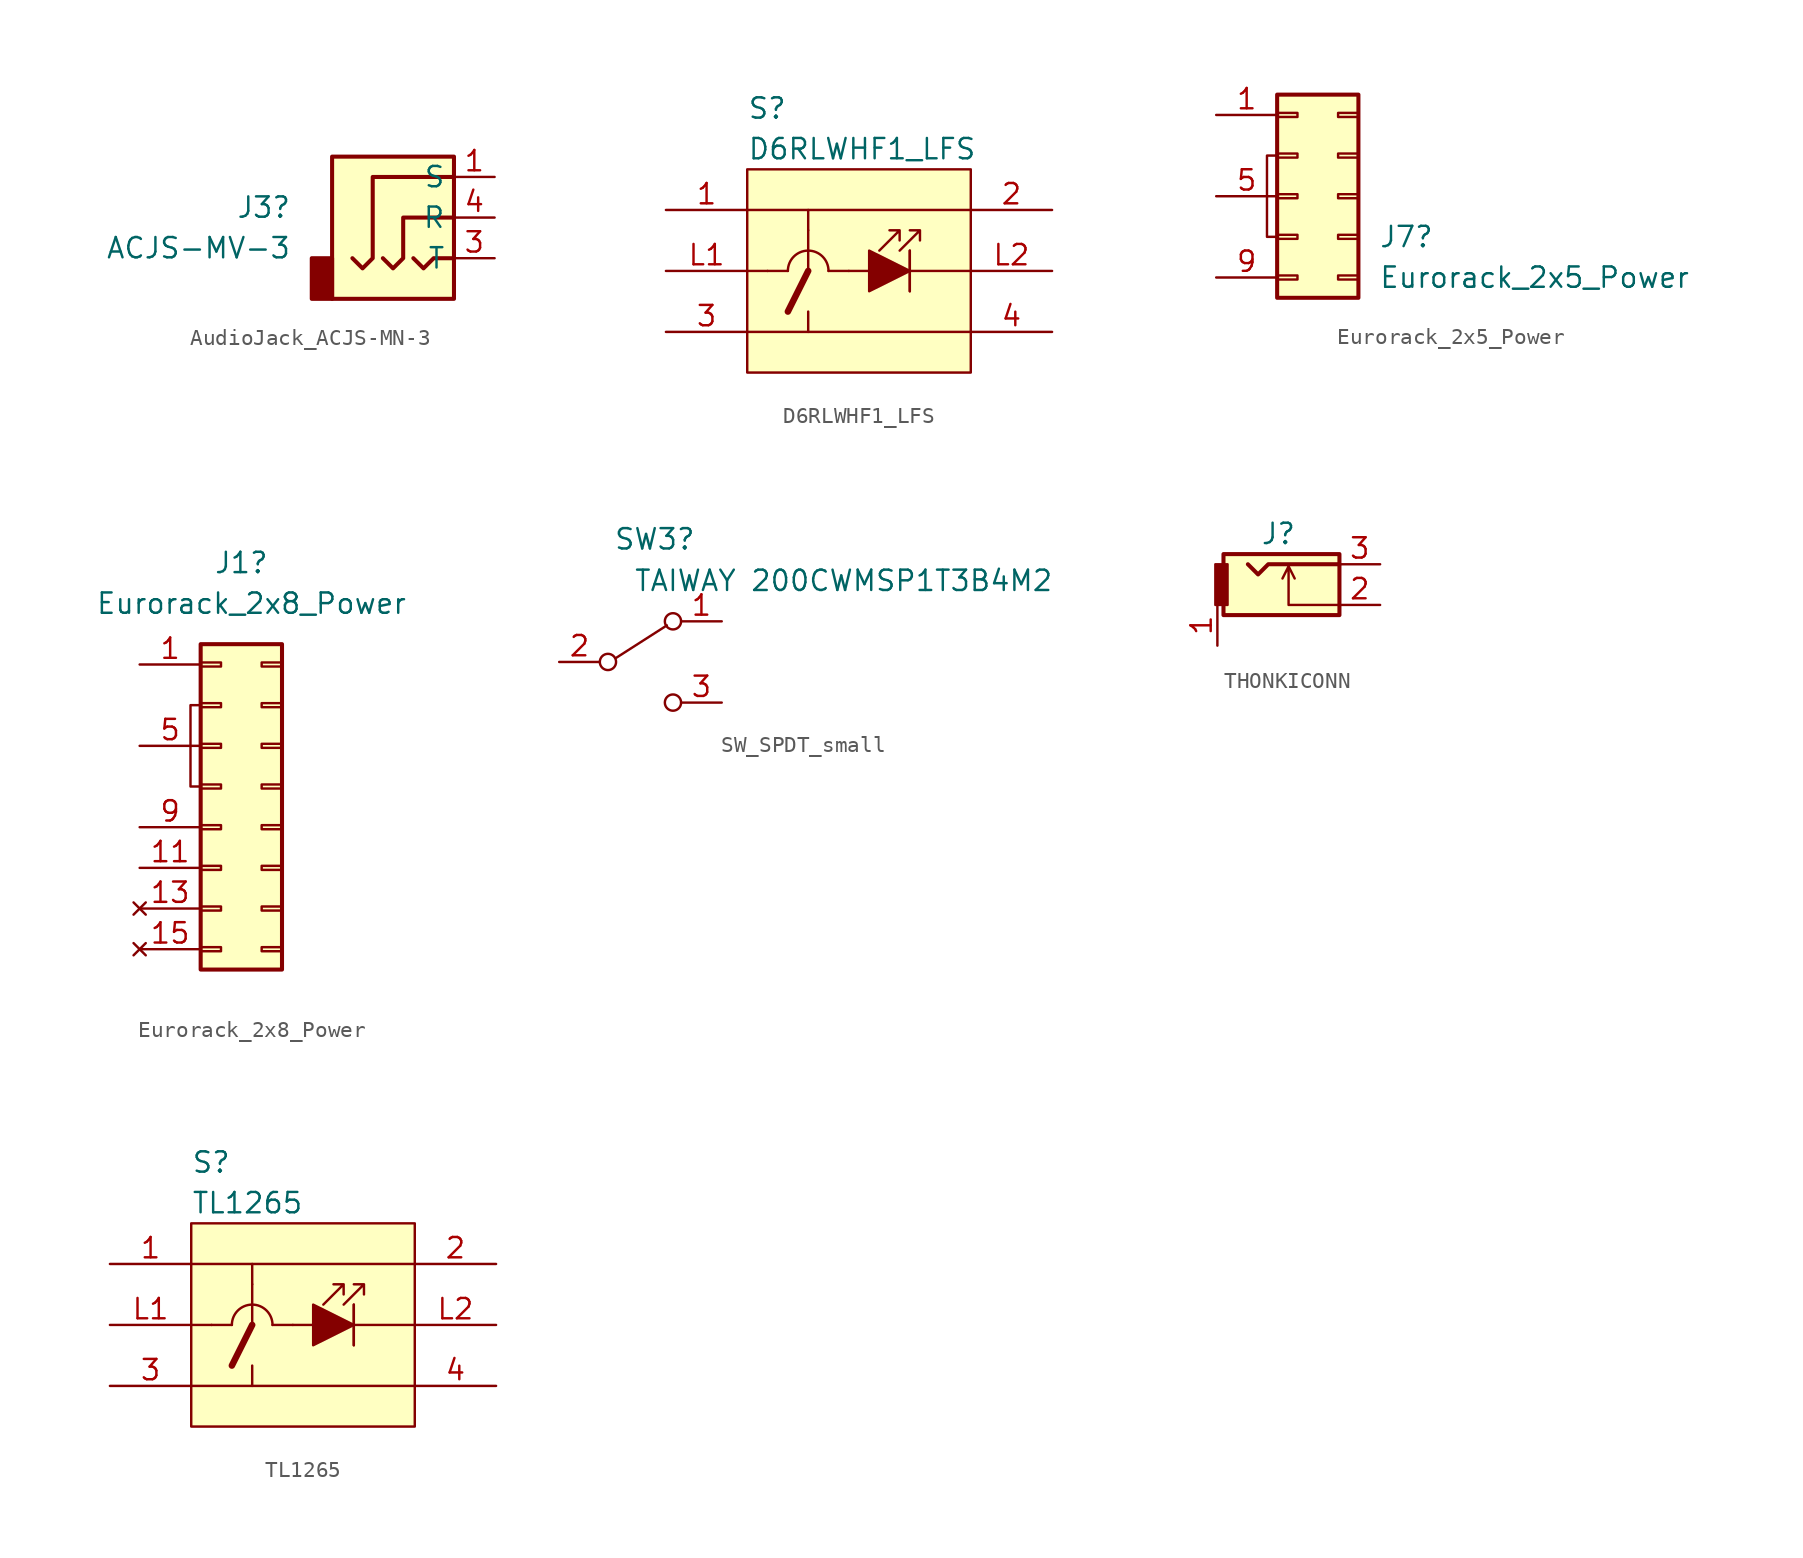
<source format=kicad_sym>
(kicad_symbol_lib
  (version 20220914)
  (generator kicad_symbol_editor)
  (symbol "AudioJack_ACJS-MN-3"
    (property "Reference" "J3"
      (at -7.62 0.635 0)
      (effects (font (size 1.27 1.27)) (justify right)))
    (property "Value" "ACJS-MV-3"
      (at -7.62 -1.905 0)
      (effects (font (size 1.27 1.27)) (justify right)))
    (symbol "AudioJack_ACJS-MN-3_0_1"
      (rectangle (start -5.08 -5.08) (end -6.35 -2.54) (stroke (width 0.254) (type default)) (fill (type outline)))
      (rectangle (start -5.08 3.81) (end 2.54 -5.08) (stroke (width 0.254) (type default)) (fill (type background)))
      (polyline (pts (xy 0 -2.54) (xy 0.635 -3.175) (xy 1.27 -2.54) (xy 2.54 -2.54)) (stroke (width 0.254) (type default)) (fill (type none)))
      (polyline (pts (xy -1.905 -2.54) (xy -1.27 -3.175) (xy -0.635 -2.54) (xy -0.635 0) (xy 2.54 0)) (stroke (width 0.254) (type default)) (fill (type none)))
      (polyline (pts (xy 2.54 2.54) (xy -2.54 2.54) (xy -2.54 -2.54) (xy -3.175 -3.175) (xy -3.81 -2.54)) (stroke (width 0.254) (type default)) (fill (type none))))
    (symbol "AudioJack_ACJS-MN-3_1_1"
      (pin passive line (at 5.08 2.54 180) (length 2.54) (name "S" (effects (font (size 1.27 1.27)))) (number "1" (effects (font (size 1.27 1.27)))))
      (pin no_connect line (at 3.81 8.255 0) (length 2.54) hide (name "" (effects (font (size 1.27 1.27)))) (number "2" (effects (font (size 1.27 1.27)))))
      (pin passive line (at 5.08 -2.54 180) (length 2.54) (name "T" (effects (font (size 1.27 1.27)))) (number "3" (effects (font (size 1.27 1.27)))))
      (pin passive line (at 5.08 0 180) (length 2.54) (name "R" (effects (font (size 1.27 1.27)))) (number "4" (effects (font (size 1.27 1.27)))))
      (pin no_connect line (at 3.81 5.715 0) (length 2.54) hide (name "" (effects (font (size 1.27 1.27)))) (number "5" (effects (font (size 1.27 1.27)))))))
  (symbol "D6RLWHF1_LFS"
    (pin_names
      (offset 0.762))
    (property "Reference" "S"
      (at 5.08 6.35 0)
      (effects (font (size 1.27 1.27)) (justify left)))
    (property "Value" "D6RLWHF1_LFS"
      (at 5.08 3.81 0)
      (effects (font (size 1.27 1.27)) (justify left)))
    (symbol "D6RLWHF1_LFS_0_0"
      (pin passive line (at 0 0 0) (length 5.08) (name "~" (effects (font (size 1.27 1.27)))) (number "1" (effects (font (size 1.27 1.27)))))
      (pin passive line (at 24.13 0 180) (length 5.08) (name "~" (effects (font (size 1.27 1.27)))) (number "2" (effects (font (size 1.27 1.27)))))
      (pin passive line (at 0 -7.62 0) (length 5.08) (name "~" (effects (font (size 1.27 1.27)))) (number "3" (effects (font (size 1.27 1.27)))))
      (pin passive line (at 24.13 -7.62 180) (length 5.08) (name "~" (effects (font (size 1.27 1.27)))) (number "4" (effects (font (size 1.27 1.27)))))
      (pin passive line (at 0 -3.81 0) (length 5.08) (name "~" (effects (font (size 1.27 1.27)))) (number "L1" (effects (font (size 1.27 1.27)))))
      (pin passive line (at 24.13 -3.81 180) (length 5.08) (name "~" (effects (font (size 1.27 1.27)))) (number "L2" (effects (font (size 1.27 1.27))))))
    (symbol "D6RLWHF1_LFS_0_1"
      (polyline (pts (xy 5.08 -7.62) (xy 19.05 -7.62)) (stroke (width 0) (type solid)) (fill (type none)))
      (polyline (pts (xy 5.08 -3.81) (xy 6.35 -3.81)) (stroke (width 0) (type solid)) (fill (type none)))
      (polyline (pts (xy 6.35 -3.81) (xy 7.62 -3.81)) (stroke (width 0) (type solid)) (fill (type none)))
      (polyline (pts (xy 8.89 -7.62) (xy 8.89 -6.35)) (stroke (width 0) (type solid)) (fill (type none)))
      (polyline (pts (xy 8.89 -3.81) (xy 7.62 -6.35)) (stroke (width 0.406) (type solid)) (fill (type none)))
      (polyline (pts (xy 8.89 -1.27) (xy 8.89 -3.81)) (stroke (width 0) (type solid)) (fill (type none)))
      (polyline (pts (xy 8.89 -1.27) (xy 8.89 0)) (stroke (width 0) (type solid)) (fill (type none)))
      (polyline (pts (xy 11.43 -3.81) (xy 10.16 -3.81)) (stroke (width 0) (type solid)) (fill (type none)))
      (polyline (pts (xy 12.7 -3.81) (xy 11.43 -3.81)) (stroke (width 0) (type solid)) (fill (type none)))
      (polyline (pts (xy 15.24 -3.81) (xy 19.05 -3.81)) (stroke (width 0) (type solid)) (fill (type none)))
      (polyline (pts (xy 15.24 -2.54) (xy 15.24 -5.08)) (stroke (width 0) (type solid)) (fill (type none)))
      (polyline (pts (xy 15.24 -2.54) (xy 15.24 -5.08)) (stroke (width 0) (type solid)) (fill (type none)))
      (polyline (pts (xy 19.05 0) (xy 5.08 0)) (stroke (width 0) (type solid)) (fill (type none)))
      (polyline (pts (xy 12.7 -2.54) (xy 12.7 -5.08) (xy 15.24 -3.81) (xy 12.7 -2.54)) (stroke (width 0) (type solid)) (fill (type outline)))
      (polyline (pts (xy 13.335 -2.54) (xy 14.605 -1.27) (xy 13.97 -1.27) (xy 14.605 -1.27) (xy 14.605 -1.905)) (stroke (width 0) (type solid)) (fill (type none)))
      (polyline (pts (xy 14.605 -2.54) (xy 15.875 -1.27) (xy 15.24 -1.27) (xy 15.875 -1.27) (xy 15.875 -1.905)) (stroke (width 0) (type solid)) (fill (type none)))
      (arc (start 10.16 -3.81) (mid 8.89 -2.5455) (end 7.62 -3.81) (stroke (width 0) (type solid)) (fill (type none)))
      (rectangle (start 19.05 2.54) (end 5.08 -10.16) (stroke (width 0) (type solid)) (fill (type background)))))
  (symbol "Eurorack_2x5_Power"
    (pin_names
      (offset 1.016) hide)
    (property "Reference" "J7"
      (at 5.08 0 0)
      (effects (font (size 1.27 1.27)) (justify left)))
    (property "Value" "Eurorack_2x5_Power"
      (at 5.08 -2.54 0)
      (effects (font (size 1.27 1.27)) (justify left)))
    (symbol "Eurorack_2x5_Power_0_1"
      (polyline (pts (xy -1.27 5.08) (xy -1.905 5.08) (xy -1.905 0) (xy -1.27 0)) (stroke (width 0) (type default)) (fill (type none))))
    (symbol "Eurorack_2x5_Power_1_1"
      (rectangle (start -1.27 -2.413) (end 0 -2.667) (stroke (width 0.152) (type default)) (fill (type none)))
      (rectangle (start -1.27 0.127) (end 0 -0.127) (stroke (width 0.152) (type default)) (fill (type none)))
      (rectangle (start -1.27 2.667) (end 0 2.413) (stroke (width 0.152) (type default)) (fill (type none)))
      (rectangle (start -1.27 5.207) (end 0 4.953) (stroke (width 0.152) (type default)) (fill (type none)))
      (rectangle (start -1.27 7.747) (end 0 7.493) (stroke (width 0.152) (type default)) (fill (type none)))
      (rectangle (start -1.27 8.89) (end 3.81 -3.81) (stroke (width 0.254) (type default)) (fill (type background)))
      (rectangle (start 3.81 -2.413) (end 2.54 -2.667) (stroke (width 0.152) (type default)) (fill (type none)))
      (rectangle (start 3.81 0.127) (end 2.54 -0.127) (stroke (width 0.152) (type default)) (fill (type none)))
      (rectangle (start 3.81 2.667) (end 2.54 2.413) (stroke (width 0.152) (type default)) (fill (type none)))
      (rectangle (start 3.81 5.207) (end 2.54 4.953) (stroke (width 0.152) (type default)) (fill (type none)))
      (rectangle (start 3.81 7.747) (end 2.54 7.493) (stroke (width 0.152) (type default)) (fill (type none)))
      (pin power_out line (at -5.08 7.62 0) (length 3.81) (name "-12v" (effects (font (size 1.27 1.27)))) (number "1" (effects (font (size 1.27 1.27)))))
      (pin passive line (at -5.08 -2.54 0) (length 3.81) hide (name "+12v" (effects (font (size 1.27 1.27)))) (number "10" (effects (font (size 1.27 1.27)))))
      (pin passive line (at -5.08 7.62 0) (length 3.81) hide (name "-12v" (effects (font (size 1.27 1.27)))) (number "2" (effects (font (size 1.27 1.27)))))
      (pin passive line (at -5.08 2.54 0) (length 3.81) hide (name "GND" (effects (font (size 1.27 1.27)))) (number "3" (effects (font (size 1.27 1.27)))))
      (pin passive line (at -5.08 2.54 0) (length 3.81) hide (name "GND" (effects (font (size 1.27 1.27)))) (number "4" (effects (font (size 1.27 1.27)))))
      (pin passive line (at -5.08 2.54 0) (length 3.81) (name "GND" (effects (font (size 1.27 1.27)))) (number "5" (effects (font (size 1.27 1.27)))))
      (pin passive line (at -5.08 2.54 0) (length 3.81) hide (name "GND" (effects (font (size 1.27 1.27)))) (number "6" (effects (font (size 1.27 1.27)))))
      (pin passive line (at -5.08 2.54 0) (length 3.81) hide (name "GND" (effects (font (size 1.27 1.27)))) (number "7" (effects (font (size 1.27 1.27)))))
      (pin passive line (at -5.08 2.54 0) (length 3.81) hide (name "GND" (effects (font (size 1.27 1.27)))) (number "8" (effects (font (size 1.27 1.27)))))
      (pin power_out line (at -5.08 -2.54 0) (length 3.81) (name "+12v" (effects (font (size 1.27 1.27)))) (number "9" (effects (font (size 1.27 1.27)))))))
  (symbol "Eurorack_2x8_Power"
    (pin_names
      (offset 1.016) hide)
    (property "Reference" "J1"
      (at 1.27 13.97 0)
      (effects (font (size 1.27 1.27))))
    (property "Value" "Eurorack_2x8_Power"
      (at 1.905 11.43 0)
      (effects (font (size 1.27 1.27))))
    (symbol "Eurorack_2x8_Power_0_1"
      (polyline (pts (xy -1.27 5.08) (xy -1.905 5.08) (xy -1.905 0) (xy -1.27 0)) (stroke (width 0) (type default)) (fill (type none))))
    (symbol "Eurorack_2x8_Power_1_1"
      (rectangle (start -1.27 -10.033) (end 0 -10.287) (stroke (width 0.152) (type default)) (fill (type none)))
      (rectangle (start -1.27 -7.493) (end 0 -7.747) (stroke (width 0.152) (type default)) (fill (type none)))
      (rectangle (start -1.27 -4.953) (end 0 -5.207) (stroke (width 0.152) (type default)) (fill (type none)))
      (rectangle (start -1.27 -2.413) (end 0 -2.667) (stroke (width 0.152) (type default)) (fill (type none)))
      (rectangle (start -1.27 0.127) (end 0 -0.127) (stroke (width 0.152) (type default)) (fill (type none)))
      (rectangle (start -1.27 2.667) (end 0 2.413) (stroke (width 0.152) (type default)) (fill (type none)))
      (rectangle (start -1.27 5.207) (end 0 4.953) (stroke (width 0.152) (type default)) (fill (type none)))
      (rectangle (start -1.27 7.747) (end 0 7.493) (stroke (width 0.152) (type default)) (fill (type none)))
      (rectangle (start -1.27 8.89) (end 3.81 -11.43) (stroke (width 0.254) (type default)) (fill (type background)))
      (rectangle (start 3.81 -10.033) (end 2.54 -10.287) (stroke (width 0.152) (type default)) (fill (type none)))
      (rectangle (start 3.81 -7.493) (end 2.54 -7.747) (stroke (width 0.152) (type default)) (fill (type none)))
      (rectangle (start 3.81 -4.953) (end 2.54 -5.207) (stroke (width 0.152) (type default)) (fill (type none)))
      (rectangle (start 3.81 -2.413) (end 2.54 -2.667) (stroke (width 0.152) (type default)) (fill (type none)))
      (rectangle (start 3.81 0.127) (end 2.54 -0.127) (stroke (width 0.152) (type default)) (fill (type none)))
      (rectangle (start 3.81 2.667) (end 2.54 2.413) (stroke (width 0.152) (type default)) (fill (type none)))
      (rectangle (start 3.81 5.207) (end 2.54 4.953) (stroke (width 0.152) (type default)) (fill (type none)))
      (rectangle (start 3.81 7.747) (end 2.54 7.493) (stroke (width 0.152) (type default)) (fill (type none)))
      (pin power_out line (at -5.08 7.62 0) (length 3.81) (name "-12v" (effects (font (size 1.27 1.27)))) (number "1" (effects (font (size 1.27 1.27)))))
      (pin passive line (at -5.08 -2.54 0) (length 3.81) hide (name "+12v" (effects (font (size 1.27 1.27)))) (number "10" (effects (font (size 1.27 1.27)))))
      (pin passive line (at -5.08 -5.08 0) (length 3.81) (name "+5v" (effects (font (size 1.27 1.27)))) (number "11" (effects (font (size 1.27 1.27)))))
      (pin passive line (at -5.08 -5.08 0) (length 3.81) hide (name "+5v" (effects (font (size 1.27 1.27)))) (number "12" (effects (font (size 1.27 1.27)))))
      (pin no_connect line (at -5.08 -7.62 0) (length 3.81) (name "Pin_13" (effects (font (size 1.27 1.27)))) (number "13" (effects (font (size 1.27 1.27)))))
      (pin no_connect line (at 7.62 -7.62 180) (length 3.81) hide (name "Pin_14" (effects (font (size 1.27 1.27)))) (number "14" (effects (font (size 1.27 1.27)))))
      (pin no_connect line (at -5.08 -10.16 0) (length 3.81) (name "Pin_15" (effects (font (size 1.27 1.27)))) (number "15" (effects (font (size 1.27 1.27)))))
      (pin no_connect line (at 7.62 -10.16 180) (length 3.81) hide (name "Pin_16" (effects (font (size 1.27 1.27)))) (number "16" (effects (font (size 1.27 1.27)))))
      (pin passive line (at -5.08 7.62 0) (length 3.81) hide (name "-12v" (effects (font (size 1.27 1.27)))) (number "2" (effects (font (size 1.27 1.27)))))
      (pin power_out line (at -5.08 2.54 0) (length 3.81) hide (name "GND" (effects (font (size 1.27 1.27)))) (number "3" (effects (font (size 1.27 1.27)))))
      (pin passive line (at -5.08 2.54 0) (length 3.81) hide (name "GND" (effects (font (size 1.27 1.27)))) (number "4" (effects (font (size 1.27 1.27)))))
      (pin power_out line (at -5.08 2.54 0) (length 3.81) (name "GND" (effects (font (size 1.27 1.27)))) (number "5" (effects (font (size 1.27 1.27)))))
      (pin passive line (at -5.08 2.54 0) (length 3.81) hide (name "GND" (effects (font (size 1.27 1.27)))) (number "6" (effects (font (size 1.27 1.27)))))
      (pin power_out line (at -5.08 2.54 0) (length 3.81) hide (name "GND" (effects (font (size 1.27 1.27)))) (number "7" (effects (font (size 1.27 1.27)))))
      (pin passive line (at -5.08 2.54 0) (length 3.81) hide (name "GND" (effects (font (size 1.27 1.27)))) (number "8" (effects (font (size 1.27 1.27)))))
      (pin power_out line (at -5.08 -2.54 0) (length 3.81) (name "+12v" (effects (font (size 1.27 1.27)))) (number "9" (effects (font (size 1.27 1.27)))))))
  (symbol "SW_SPDT_small"
    (pin_names
      (offset 0) hide)
    (property "Reference" "SW3"
      (at 0.894 7.676 0)
      (effects (font (size 1.27 1.27))))
    (property "Value" "TAIWAY 200CWMSP1T3B4M2"
      (at 12.7 5.08 0)
      (effects (font (size 1.27 1.27))))
    (symbol "SW_SPDT_small_0_0"
      (circle (center -2.032 0) (radius 0.508) (stroke (width 0) (type default)) (fill (type none)))
      (circle (center 2.032 -2.54) (radius 0.508) (stroke (width 0) (type default)) (fill (type none))))
    (symbol "SW_SPDT_small_0_1"
      (polyline (pts (xy -1.524 0.254) (xy 1.651 2.286)) (stroke (width 0) (type default)) (fill (type none)))
      (circle (center 2.032 2.54) (radius 0.508) (stroke (width 0) (type default)) (fill (type none))))
    (symbol "SW_SPDT_small_1_1"
      (pin passive line (at 5.08 2.54 180) (length 2.54) (name "A" (effects (font (size 1.27 1.27)))) (number "1" (effects (font (size 1.27 1.27)))))
      (pin passive line (at -5.08 0 0) (length 2.54) (name "B" (effects (font (size 1.27 1.27)))) (number "2" (effects (font (size 1.27 1.27)))))
      (pin passive line (at 5.08 -2.54 180) (length 2.54) (name "C" (effects (font (size 1.27 1.27)))) (number "3" (effects (font (size 1.27 1.27)))))))
  (symbol "THONKICONN"
    (pin_names
      (offset 1.016))
    (property "Reference" "J"
      (at -1.27 4.445 0)
      (effects (font (size 1.27 1.27))))
    (symbol "THONKICONN_0_1"
      (rectangle (start -4.699 3.175) (end 2.54 -0.635) (stroke (width 0.254) (type solid)) (fill (type background)))
      (rectangle (start -4.445 0) (end -5.207 2.54) (stroke (width 0) (type solid)) (fill (type outline)))
      (polyline (pts (xy -0.635 2.413) (xy -0.254 1.651)) (stroke (width 0) (type solid)) (fill (type none)))
      (polyline (pts (xy 2.54 0) (xy -0.635 0) (xy -0.635 2.413) (xy -1.016 1.651)) (stroke (width 0) (type solid)) (fill (type none)))
      (polyline (pts (xy 2.54 2.54) (xy -1.905 2.54) (xy -2.54 1.905) (xy -3.175 2.54)) (stroke (width 0.254) (type solid)) (fill (type none))))
    (symbol "THONKICONN_1_1"
      (pin passive line (at -5.08 -2.54 90) (length 2.54) (name "~" (effects (font (size 1.27 1.27)))) (number "1" (effects (font (size 1.27 1.27)))))
      (pin passive line (at 5.08 0 180) (length 2.54) (name "~" (effects (font (size 1.27 1.27)))) (number "2" (effects (font (size 1.27 1.27)))))
      (pin passive line (at 5.08 2.54 180) (length 2.54) (name "~" (effects (font (size 1.27 1.27)))) (number "3" (effects (font (size 1.27 1.27)))))))
  (symbol "TL1265"
    (pin_names
      (offset 0.762))
    (property "Reference" "S"
      (at 5.08 6.35 0)
      (effects (font (size 1.27 1.27)) (justify left)))
    (property "Value" "TL1265"
      (at 5.08 3.81 0)
      (effects (font (size 1.27 1.27)) (justify left)))
    (symbol "TL1265_0_0"
      (pin passive line (at 0 0 0) (length 5.08) (name "~" (effects (font (size 1.27 1.27)))) (number "1" (effects (font (size 1.27 1.27)))))
      (pin passive line (at 24.13 0 180) (length 5.08) (name "~" (effects (font (size 1.27 1.27)))) (number "2" (effects (font (size 1.27 1.27)))))
      (pin passive line (at 0 -7.62 0) (length 5.08) (name "~" (effects (font (size 1.27 1.27)))) (number "3" (effects (font (size 1.27 1.27)))))
      (pin passive line (at 24.13 -7.62 180) (length 5.08) (name "~" (effects (font (size 1.27 1.27)))) (number "4" (effects (font (size 1.27 1.27)))))
      (pin passive line (at 0 -3.81 0) (length 5.08) (name "~" (effects (font (size 1.27 1.27)))) (number "L1" (effects (font (size 1.27 1.27)))))
      (pin passive line (at 24.13 -3.81 180) (length 5.08) (name "~" (effects (font (size 1.27 1.27)))) (number "L2" (effects (font (size 1.27 1.27))))))
    (symbol "TL1265_0_1"
      (polyline (pts (xy 5.08 -7.62) (xy 19.05 -7.62)) (stroke (width 0) (type solid)) (fill (type none)))
      (polyline (pts (xy 5.08 -3.81) (xy 6.35 -3.81)) (stroke (width 0) (type solid)) (fill (type none)))
      (polyline (pts (xy 6.35 -3.81) (xy 7.62 -3.81)) (stroke (width 0) (type solid)) (fill (type none)))
      (polyline (pts (xy 8.89 -7.62) (xy 8.89 -6.35)) (stroke (width 0) (type solid)) (fill (type none)))
      (polyline (pts (xy 8.89 -3.81) (xy 7.62 -6.35)) (stroke (width 0.406) (type solid)) (fill (type none)))
      (polyline (pts (xy 8.89 -1.27) (xy 8.89 -3.81)) (stroke (width 0) (type solid)) (fill (type none)))
      (polyline (pts (xy 8.89 -1.27) (xy 8.89 0)) (stroke (width 0) (type solid)) (fill (type none)))
      (polyline (pts (xy 11.43 -3.81) (xy 10.16 -3.81)) (stroke (width 0) (type solid)) (fill (type none)))
      (polyline (pts (xy 12.7 -3.81) (xy 11.43 -3.81)) (stroke (width 0) (type solid)) (fill (type none)))
      (polyline (pts (xy 15.24 -3.81) (xy 19.05 -3.81)) (stroke (width 0) (type solid)) (fill (type none)))
      (polyline (pts (xy 15.24 -2.54) (xy 15.24 -5.08)) (stroke (width 0) (type solid)) (fill (type none)))
      (polyline (pts (xy 15.24 -2.54) (xy 15.24 -5.08)) (stroke (width 0) (type solid)) (fill (type none)))
      (polyline (pts (xy 19.05 0) (xy 5.08 0)) (stroke (width 0) (type solid)) (fill (type none)))
      (polyline (pts (xy 12.7 -2.54) (xy 12.7 -5.08) (xy 15.24 -3.81) (xy 12.7 -2.54)) (stroke (width 0) (type solid)) (fill (type outline)))
      (polyline (pts (xy 13.335 -2.54) (xy 14.605 -1.27) (xy 13.97 -1.27) (xy 14.605 -1.27) (xy 14.605 -1.905)) (stroke (width 0) (type solid)) (fill (type none)))
      (polyline (pts (xy 14.605 -2.54) (xy 15.875 -1.27) (xy 15.24 -1.27) (xy 15.875 -1.27) (xy 15.875 -1.905)) (stroke (width 0) (type solid)) (fill (type none)))
      (arc (start 10.16 -3.81) (mid 8.89 -2.5455) (end 7.62 -3.81) (stroke (width 0) (type solid)) (fill (type none)))
      (rectangle (start 19.05 2.54) (end 5.08 -10.16) (stroke (width 0) (type solid)) (fill (type background))))))
</source>
